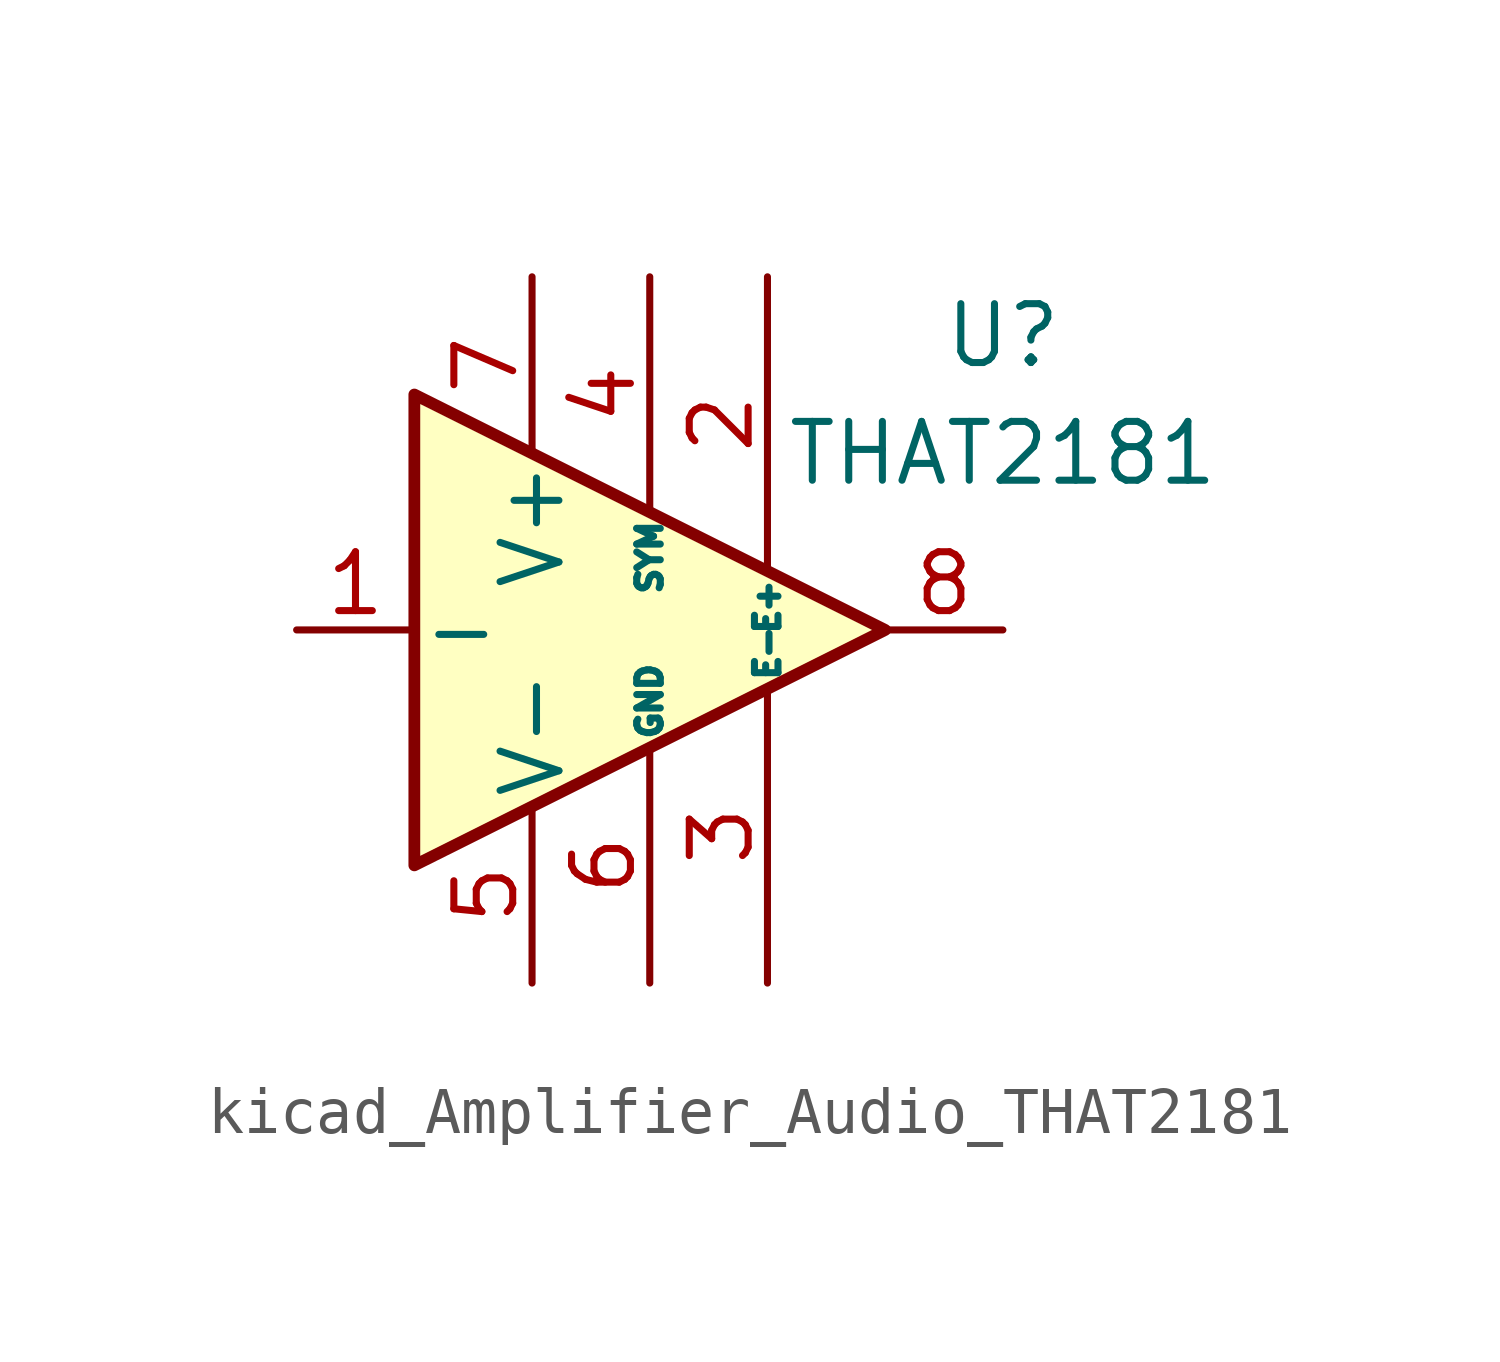
<source format=kicad_sym>
(kicad_symbol_lib
  (version 20220914)
  (generator kicad_symbol_editor)
  (symbol "kicad_Amplifier_Audio_THAT2181"
    (pin_names
      (offset 0.127))
    (property "Reference" "U"
      (at 7.62 6.35 0)
      (effects (font (size 1.27 1.27))))
    (property "Value" "THAT2181"
      (at 7.62 3.81 0)
      (effects (font (size 1.27 1.27))))
    (symbol "kicad_Amplifier_Audio_THAT2181_0_0"
      (pin power_in line (at -2.54 -7.62 90) (length 3.81) (name "V-" (effects (font (size 1.27 1.27)))) (number "5" (effects (font (size 1.27 1.27)))))
      (pin power_in line (at 0 -7.62 90) (length 5.08) (name "GND" (effects (font (size 0.508 0.508)))) (number "6" (effects (font (size 1.27 1.27)))))
      (pin power_in line (at -2.54 7.62 270) (length 3.81) (name "V+" (effects (font (size 1.27 1.27)))) (number "7" (effects (font (size 1.27 1.27))))))
    (symbol "kicad_Amplifier_Audio_THAT2181_0_1"
      (polyline (pts (xy -5.08 5.08) (xy 5.08 0) (xy -5.08 -5.08) (xy -5.08 5.08)) (stroke (width 0.254) (type default)) (fill (type background))))
    (symbol "kicad_Amplifier_Audio_THAT2181_1_1"
      (pin input line (at -7.62 0 0) (length 2.54) (name "-" (effects (font (size 1.27 1.27)))) (number "1" (effects (font (size 1.27 1.27)))))
      (pin input line (at 2.54 7.62 270) (length 6.35) (name "E+" (effects (font (size 0.508 0.508)))) (number "2" (effects (font (size 1.27 1.27)))))
      (pin input line (at 2.54 -7.62 90) (length 6.35) (name "E-" (effects (font (size 0.508 0.508)))) (number "3" (effects (font (size 1.27 1.27)))))
      (pin input line (at 0 7.62 270) (length 5.08) (name "SYM" (effects (font (size 0.508 0.508)))) (number "4" (effects (font (size 1.27 1.27)))))
      (pin output line (at 7.62 0 180) (length 2.54) (name "~" (effects (font (size 1.27 1.27)))) (number "8" (effects (font (size 1.27 1.27))))))))
</source>
